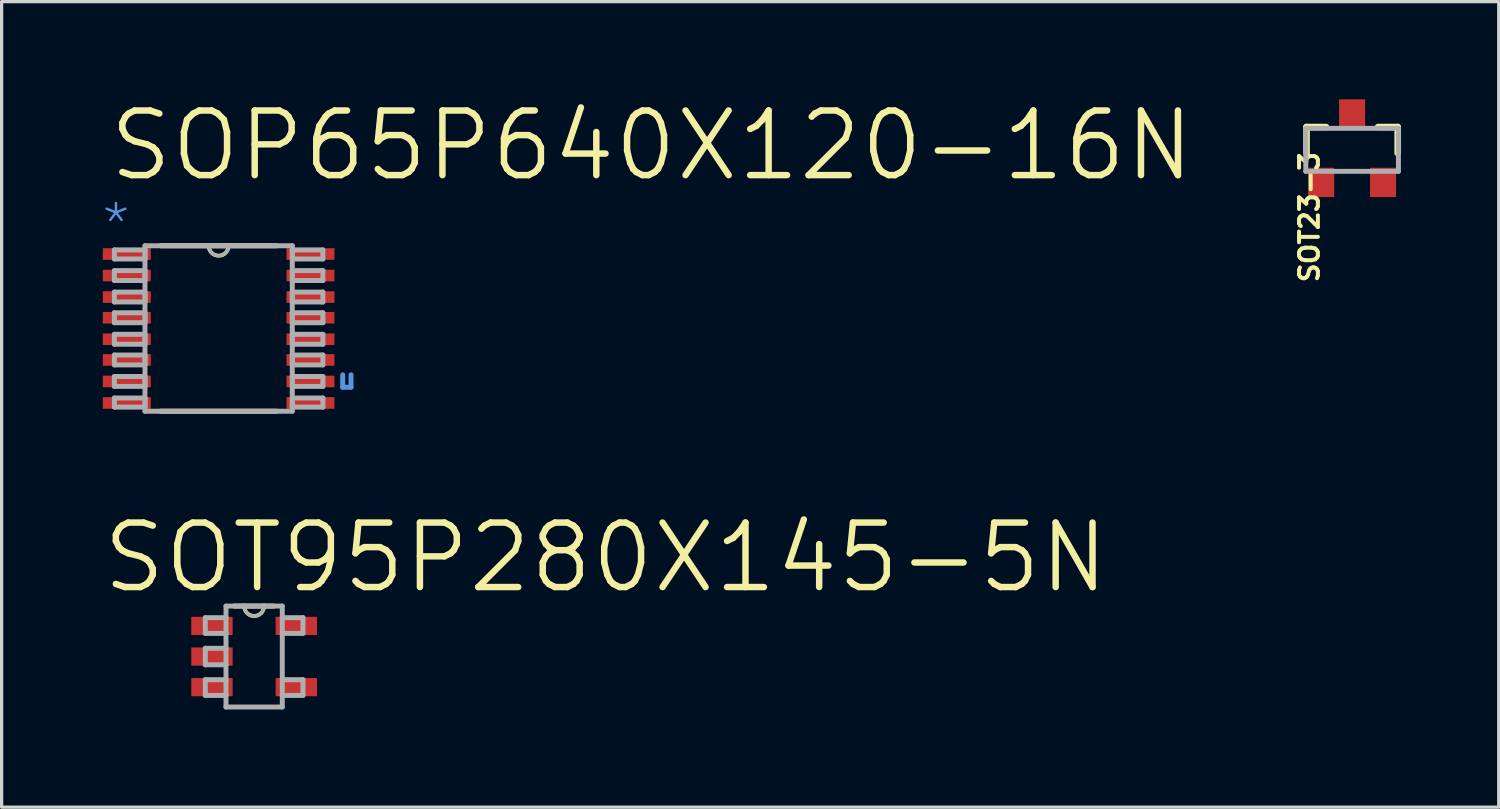
<source format=kicad_pcb>
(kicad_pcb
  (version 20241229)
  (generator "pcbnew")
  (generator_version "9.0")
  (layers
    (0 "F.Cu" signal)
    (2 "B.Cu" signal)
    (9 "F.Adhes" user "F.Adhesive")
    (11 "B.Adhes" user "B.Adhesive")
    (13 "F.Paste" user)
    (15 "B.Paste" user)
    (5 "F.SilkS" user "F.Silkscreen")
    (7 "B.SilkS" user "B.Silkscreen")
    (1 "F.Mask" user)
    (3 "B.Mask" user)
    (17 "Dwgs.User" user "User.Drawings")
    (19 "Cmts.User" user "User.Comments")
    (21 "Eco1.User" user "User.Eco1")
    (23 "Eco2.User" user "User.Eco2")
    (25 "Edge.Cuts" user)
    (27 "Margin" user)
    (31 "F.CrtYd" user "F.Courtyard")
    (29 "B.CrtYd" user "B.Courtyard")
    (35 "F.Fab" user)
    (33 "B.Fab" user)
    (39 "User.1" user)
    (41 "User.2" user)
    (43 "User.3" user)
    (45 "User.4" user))
  (footprint "SOT95P280X145-5N"
    (layer "F.Cu")
    (at 4.752 17.106)
    (property "Reference" "SOT95P280X145-5N" (at -4.752 -1.881 0) (layer "F.SilkS") (effects (font (size 1.98 1.98) (thickness 0.198)) (justify left bottom)))
    (attr through_hole)
    (fp_line (start -0.305 -1.549) (end -0.61 -1.549) (stroke (width 0.152) (type solid)) (layer "F.SilkS"))
    (fp_line (start 0.305 -1.549) (end -0.305 -1.549) (stroke (width 0.152) (type solid)) (layer "F.SilkS"))
    (fp_line (start 0.61 -1.549) (end 0.305 -1.549) (stroke (width 0.152) (type solid)) (layer "F.SilkS"))
    (fp_arc (start 0.3048 -1.5494) (mid 0 -1.2446) (end -0.3048 -1.5494) (stroke (width 0.12) (type solid)) (layer "F.SilkS"))
    (fp_line (start -1.499 -1.194) (end -1.499 -0.711) (stroke (width 0.152) (type solid)) (layer "F.Fab"))
    (fp_line (start -1.499 -0.711) (end -0.864 -0.711) (stroke (width 0.152) (type solid)) (layer "F.Fab"))
    (fp_line (start -1.499 -0.254) (end -1.499 0.254) (stroke (width 0.152) (type solid)) (layer "F.Fab"))
    (fp_line (start -1.499 0.254) (end -0.864 0.254) (stroke (width 0.152) (type solid)) (layer "F.Fab"))
    (fp_line (start -1.499 0.711) (end -1.499 1.194) (stroke (width 0.152) (type solid)) (layer "F.Fab"))
    (fp_line (start -1.499 1.194) (end -0.864 1.194) (stroke (width 0.152) (type solid)) (layer "F.Fab"))
    (fp_line (start -0.864 -1.549) (end -0.864 -1.194) (stroke (width 0.152) (type solid)) (layer "F.Fab"))
    (fp_line (start -0.864 -1.194) (end -1.499 -1.194) (stroke (width 0.152) (type solid)) (layer "F.Fab"))
    (fp_line (start -0.864 -1.194) (end -0.864 -0.711) (stroke (width 0.152) (type solid)) (layer "F.Fab"))
    (fp_line (start -0.864 -0.711) (end -0.864 -0.254) (stroke (width 0.152) (type solid)) (layer "F.Fab"))
    (fp_line (start -0.864 -0.254) (end -1.499 -0.254) (stroke (width 0.152) (type solid)) (layer "F.Fab"))
    (fp_line (start -0.864 -0.254) (end -0.864 0.254) (stroke (width 0.152) (type solid)) (layer "F.Fab"))
    (fp_line (start -0.864 0.254) (end -0.864 0.711) (stroke (width 0.152) (type solid)) (layer "F.Fab"))
    (fp_line (start -0.864 0.711) (end -1.499 0.711) (stroke (width 0.152) (type solid)) (layer "F.Fab"))
    (fp_line (start -0.864 1.194) (end -0.864 0.711) (stroke (width 0.152) (type solid)) (layer "F.Fab"))
    (fp_line (start -0.864 1.549) (end -0.864 1.194) (stroke (width 0.152) (type solid)) (layer "F.Fab"))
    (fp_line (start -0.864 1.549) (end 0.864 1.549) (stroke (width 0.152) (type solid)) (layer "F.Fab"))
    (fp_line (start -0.305 -1.549) (end -0.864 -1.549) (stroke (width 0.152) (type solid)) (layer "F.Fab"))
    (fp_line (start 0.305 -1.549) (end -0.305 -1.549) (stroke (width 0.152) (type solid)) (layer "F.Fab"))
    (fp_line (start 0.864 -1.549) (end 0.305 -1.549) (stroke (width 0.152) (type solid)) (layer "F.Fab"))
    (fp_line (start 0.864 -1.549) (end 0.864 -1.194) (stroke (width 0.152) (type solid)) (layer "F.Fab"))
    (fp_line (start 0.864 -1.194) (end 0.864 -0.711) (stroke (width 0.152) (type solid)) (layer "F.Fab"))
    (fp_line (start 0.864 -0.711) (end 1.499 -0.711) (stroke (width 0.152) (type solid)) (layer "F.Fab"))
    (fp_line (start 0.864 0.711) (end 0.864 -0.711) (stroke (width 0.152) (type solid)) (layer "F.Fab"))
    (fp_line (start 0.864 1.194) (end 0.864 0.711) (stroke (width 0.152) (type solid)) (layer "F.Fab"))
    (fp_line (start 0.864 1.194) (end 1.499 1.194) (stroke (width 0.152) (type solid)) (layer "F.Fab"))
    (fp_line (start 0.864 1.549) (end 0.864 1.194) (stroke (width 0.152) (type solid)) (layer "F.Fab"))
    (fp_line (start 1.499 -1.194) (end 0.864 -1.194) (stroke (width 0.152) (type solid)) (layer "F.Fab"))
    (fp_line (start 1.499 -0.711) (end 1.499 -1.194) (stroke (width 0.152) (type solid)) (layer "F.Fab"))
    (fp_line (start 1.499 0.711) (end 0.864 0.711) (stroke (width 0.152) (type solid)) (layer "F.Fab"))
    (fp_line (start 1.499 1.194) (end 1.499 0.711) (stroke (width 0.152) (type solid)) (layer "F.Fab"))
    (fp_arc (start 0.3048 -1.5494) (mid 0 -1.2446) (end -0.3048 -1.5494) (stroke (width 0.1) (type solid)) (layer "F.Fab"))
    (pad "1" smd rect (at -1.295 -0.94) (size 1.27 0.559) (layers "F.Cu" "F.Mask" "F.Paste"))
    (pad "2" smd rect (at -1.295 0) (size 1.27 0.559) (layers "F.Cu" "F.Mask" "F.Paste"))
    (pad "3" smd rect (at -1.295 0.94) (size 1.27 0.559) (layers "F.Cu" "F.Mask" "F.Paste"))
    (pad "4" smd rect (at 1.295 0.94) (size 1.27 0.559) (layers "F.Cu" "F.Mask" "F.Paste"))
    (pad "5" smd rect (at 1.295 -0.94) (size 1.27 0.559) (layers "F.Cu" "F.Mask" "F.Paste")))
  (footprint "SOT23-3"
    (layer "F.Cu")
    (at 38.46 1.55)
    (property "Reference" "SOT23-3" (at -1.651 0 90) (layer "F.SilkS") (effects (font (size 0.579 0.579) (thickness 0.122)) (justify right top)))
    (attr through_hole)
    (fp_line (start -1.4 -0.7) (end -1.4 0.1) (stroke (width 0.203) (type solid)) (layer "F.SilkS"))
    (fp_line (start -0.8 -0.7) (end -1.4 -0.7) (stroke (width 0.203) (type solid)) (layer "F.SilkS"))
    (fp_line (start 0.8 -0.7) (end 1.4 -0.7) (stroke (width 0.203) (type solid)) (layer "F.SilkS"))
    (fp_line (start 1.4 -0.7) (end 1.4 0.1) (stroke (width 0.203) (type solid)) (layer "F.SilkS"))
    (fp_line (start -1.422 -0.66) (end 1.422 -0.66) (stroke (width 0.152) (type solid)) (layer "F.Fab"))
    (fp_line (start -1.422 0.66) (end -1.422 -0.66) (stroke (width 0.152) (type solid)) (layer "F.Fab"))
    (fp_line (start 1.422 -0.66) (end 1.422 0.66) (stroke (width 0.152) (type solid)) (layer "F.Fab"))
    (fp_line (start 1.422 0.66) (end -1.422 0.66) (stroke (width 0.152) (type solid)) (layer "F.Fab"))
    (pad "1" smd rect (at -0.95 1) (size 0.8 0.9) (layers "F.Cu" "F.Mask" "F.Paste"))
    (pad "2" smd rect (at 0.95 1) (size 0.8 0.9) (layers "F.Cu" "F.Mask" "F.Paste"))
    (pad "3" smd rect (at 0 -1.1) (size 0.8 0.9) (layers "F.Cu" "F.Mask" "F.Paste")))
  (footprint "SOP65P640X120-16N"
    (layer "F.Cu")
    (at 3.662 7.035)
    (property "Reference" "SOP65P640X120-16N" (at -3.463 -4.456 0) (layer "F.SilkS") (effects (font (size 1.984 1.984) (thickness 0.198)) (justify left bottom)))
    (attr through_hole)
    (fp_line (start -1.778 2.54) (end 1.778 2.54) (stroke (width 0.152) (type solid)) (layer "F.SilkS"))
    (fp_line (start -0.305 -2.54) (end -1.778 -2.54) (stroke (width 0.152) (type solid)) (layer "F.SilkS"))
    (fp_line (start 0.305 -2.54) (end -0.305 -2.54) (stroke (width 0.152) (type solid)) (layer "F.SilkS"))
    (fp_line (start 1.778 -2.54) (end 0.305 -2.54) (stroke (width 0.152) (type solid)) (layer "F.SilkS"))
    (fp_arc (start 0.3048 -2.54) (mid 0 -2.2352) (end -0.3048 -2.54) (stroke (width 0.12) (type solid)) (layer "F.SilkS"))
    (fp_line (start 3.81 1.803) (end 3.81 1.422) (stroke (width 0.152) (type solid)) (layer "Cmts.User"))
    (fp_line (start 4.064 1.422) (end 4.064 1.803) (stroke (width 0.152) (type solid)) (layer "Cmts.User"))
    (fp_line (start 4.064 1.803) (end 3.81 1.803) (stroke (width 0.152) (type solid)) (layer "Cmts.User"))
    (fp_line (start -3.2 -2.413) (end -3.2 -2.134) (stroke (width 0.152) (type solid)) (layer "F.Fab"))
    (fp_line (start -3.2 -2.134) (end -2.261 -2.134) (stroke (width 0.152) (type solid)) (layer "F.Fab"))
    (fp_line (start -3.2 -1.778) (end -3.2 -1.473) (stroke (width 0.152) (type solid)) (layer "F.Fab"))
    (fp_line (start -3.2 -1.473) (end -2.261 -1.473) (stroke (width 0.152) (type solid)) (layer "F.Fab"))
    (fp_line (start -3.2 -1.118) (end -3.2 -0.813) (stroke (width 0.152) (type solid)) (layer "F.Fab"))
    (fp_line (start -3.2 -0.813) (end -2.261 -0.813) (stroke (width 0.152) (type solid)) (layer "F.Fab"))
    (fp_line (start -3.2 -0.483) (end -3.2 -0.178) (stroke (width 0.152) (type solid)) (layer "F.Fab"))
    (fp_line (start -3.2 -0.178) (end -2.261 -0.178) (stroke (width 0.152) (type solid)) (layer "F.Fab"))
    (fp_line (start -3.2 0.178) (end -3.2 0.483) (stroke (width 0.152) (type solid)) (layer "F.Fab"))
    (fp_line (start -3.2 0.483) (end -2.261 0.483) (stroke (width 0.152) (type solid)) (layer "F.Fab"))
    (fp_line (start -3.2 0.813) (end -3.2 1.118) (stroke (width 0.152) (type solid)) (layer "F.Fab"))
    (fp_line (start -3.2 1.118) (end -2.261 1.118) (stroke (width 0.152) (type solid)) (layer "F.Fab"))
    (fp_line (start -3.2 1.473) (end -3.2 1.778) (stroke (width 0.152) (type solid)) (layer "F.Fab"))
    (fp_line (start -3.2 1.778) (end -2.261 1.778) (stroke (width 0.152) (type solid)) (layer "F.Fab"))
    (fp_line (start -3.2 2.134) (end -3.2 2.413) (stroke (width 0.152) (type solid)) (layer "F.Fab"))
    (fp_line (start -3.2 2.413) (end -2.261 2.413) (stroke (width 0.152) (type solid)) (layer "F.Fab"))
    (fp_line (start -2.261 -2.54) (end -2.261 2.54) (stroke (width 0.152) (type solid)) (layer "F.Fab"))
    (fp_line (start -2.261 -2.413) (end -3.2 -2.413) (stroke (width 0.152) (type solid)) (layer "F.Fab"))
    (fp_line (start -2.261 -2.134) (end -2.261 -2.413) (stroke (width 0.152) (type solid)) (layer "F.Fab"))
    (fp_line (start -2.261 -1.778) (end -3.2 -1.778) (stroke (width 0.152) (type solid)) (layer "F.Fab"))
    (fp_line (start -2.261 -1.473) (end -2.261 -1.778) (stroke (width 0.152) (type solid)) (layer "F.Fab"))
    (fp_line (start -2.261 -1.118) (end -3.2 -1.118) (stroke (width 0.152) (type solid)) (layer "F.Fab"))
    (fp_line (start -2.261 -0.813) (end -2.261 -1.118) (stroke (width 0.152) (type solid)) (layer "F.Fab"))
    (fp_line (start -2.261 -0.483) (end -3.2 -0.483) (stroke (width 0.152) (type solid)) (layer "F.Fab"))
    (fp_line (start -2.261 -0.178) (end -2.261 -0.483) (stroke (width 0.152) (type solid)) (layer "F.Fab"))
    (fp_line (start -2.261 0.178) (end -3.2 0.178) (stroke (width 0.152) (type solid)) (layer "F.Fab"))
    (fp_line (start -2.261 0.483) (end -2.261 0.178) (stroke (width 0.152) (type solid)) (layer "F.Fab"))
    (fp_line (start -2.261 0.813) (end -3.2 0.813) (stroke (width 0.152) (type solid)) (layer "F.Fab"))
    (fp_line (start -2.261 1.118) (end -2.261 0.813) (stroke (width 0.152) (type solid)) (layer "F.Fab"))
    (fp_line (start -2.261 1.473) (end -3.2 1.473) (stroke (width 0.152) (type solid)) (layer "F.Fab"))
    (fp_line (start -2.261 1.778) (end -2.261 1.473) (stroke (width 0.152) (type solid)) (layer "F.Fab"))
    (fp_line (start -2.261 2.134) (end -3.2 2.134) (stroke (width 0.152) (type solid)) (layer "F.Fab"))
    (fp_line (start -2.261 2.413) (end -2.261 2.134) (stroke (width 0.152) (type solid)) (layer "F.Fab"))
    (fp_line (start -2.261 2.54) (end 2.261 2.54) (stroke (width 0.152) (type solid)) (layer "F.Fab"))
    (fp_line (start -0.305 -2.54) (end -2.261 -2.54) (stroke (width 0.152) (type solid)) (layer "F.Fab"))
    (fp_line (start 0.305 -2.54) (end -0.305 -2.54) (stroke (width 0.152) (type solid)) (layer "F.Fab"))
    (fp_line (start 2.261 -2.54) (end 0.305 -2.54) (stroke (width 0.152) (type solid)) (layer "F.Fab"))
    (fp_line (start 2.261 -2.413) (end 2.261 -2.134) (stroke (width 0.152) (type solid)) (layer "F.Fab"))
    (fp_line (start 2.261 -2.134) (end 3.2 -2.134) (stroke (width 0.152) (type solid)) (layer "F.Fab"))
    (fp_line (start 2.261 -1.778) (end 2.261 -1.473) (stroke (width 0.152) (type solid)) (layer "F.Fab"))
    (fp_line (start 2.261 -1.473) (end 3.2 -1.473) (stroke (width 0.152) (type solid)) (layer "F.Fab"))
    (fp_line (start 2.261 -1.118) (end 2.261 -0.813) (stroke (width 0.152) (type solid)) (layer "F.Fab"))
    (fp_line (start 2.261 -0.813) (end 3.2 -0.813) (stroke (width 0.152) (type solid)) (layer "F.Fab"))
    (fp_line (start 2.261 -0.483) (end 2.261 -0.178) (stroke (width 0.152) (type solid)) (layer "F.Fab"))
    (fp_line (start 2.261 -0.178) (end 3.2 -0.178) (stroke (width 0.152) (type solid)) (layer "F.Fab"))
    (fp_line (start 2.261 0.178) (end 2.261 0.483) (stroke (width 0.152) (type solid)) (layer "F.Fab"))
    (fp_line (start 2.261 0.483) (end 3.2 0.483) (stroke (width 0.152) (type solid)) (layer "F.Fab"))
    (fp_line (start 2.261 0.813) (end 2.261 1.118) (stroke (width 0.152) (type solid)) (layer "F.Fab"))
    (fp_line (start 2.261 1.118) (end 3.2 1.118) (stroke (width 0.152) (type solid)) (layer "F.Fab"))
    (fp_line (start 2.261 1.473) (end 2.261 1.778) (stroke (width 0.152) (type solid)) (layer "F.Fab"))
    (fp_line (start 2.261 1.778) (end 3.2 1.778) (stroke (width 0.152) (type solid)) (layer "F.Fab"))
    (fp_line (start 2.261 2.134) (end 2.261 2.413) (stroke (width 0.152) (type solid)) (layer "F.Fab"))
    (fp_line (start 2.261 2.413) (end 3.2 2.413) (stroke (width 0.152) (type solid)) (layer "F.Fab"))
    (fp_line (start 2.261 2.54) (end 2.261 -2.54) (stroke (width 0.152) (type solid)) (layer "F.Fab"))
    (fp_line (start 3.2 -2.413) (end 2.261 -2.413) (stroke (width 0.152) (type solid)) (layer "F.Fab"))
    (fp_line (start 3.2 -2.134) (end 3.2 -2.413) (stroke (width 0.152) (type solid)) (layer "F.Fab"))
    (fp_line (start 3.2 -1.778) (end 2.261 -1.778) (stroke (width 0.152) (type solid)) (layer "F.Fab"))
    (fp_line (start 3.2 -1.473) (end 3.2 -1.778) (stroke (width 0.152) (type solid)) (layer "F.Fab"))
    (fp_line (start 3.2 -1.118) (end 2.261 -1.118) (stroke (width 0.152) (type solid)) (layer "F.Fab"))
    (fp_line (start 3.2 -0.813) (end 3.2 -1.118) (stroke (width 0.152) (type solid)) (layer "F.Fab"))
    (fp_line (start 3.2 -0.483) (end 2.261 -0.483) (stroke (width 0.152) (type solid)) (layer "F.Fab"))
    (fp_line (start 3.2 -0.178) (end 3.2 -0.483) (stroke (width 0.152) (type solid)) (layer "F.Fab"))
    (fp_line (start 3.2 0.178) (end 2.261 0.178) (stroke (width 0.152) (type solid)) (layer "F.Fab"))
    (fp_line (start 3.2 0.483) (end 3.2 0.178) (stroke (width 0.152) (type solid)) (layer "F.Fab"))
    (fp_line (start 3.2 0.813) (end 2.261 0.813) (stroke (width 0.152) (type solid)) (layer "F.Fab"))
    (fp_line (start 3.2 1.118) (end 3.2 0.813) (stroke (width 0.152) (type solid)) (layer "F.Fab"))
    (fp_line (start 3.2 1.473) (end 2.261 1.473) (stroke (width 0.152) (type solid)) (layer "F.Fab"))
    (fp_line (start 3.2 1.778) (end 3.2 1.473) (stroke (width 0.152) (type solid)) (layer "F.Fab"))
    (fp_line (start 3.2 2.134) (end 2.261 2.134) (stroke (width 0.152) (type solid)) (layer "F.Fab"))
    (fp_line (start 3.2 2.413) (end 3.2 2.134) (stroke (width 0.152) (type solid)) (layer "F.Fab"))
    (fp_arc (start 0.3048 -2.54) (mid 0 -2.2352) (end -0.3048 -2.54) (stroke (width 0.1) (type solid)) (layer "F.Fab"))
    (fp_text user "*" (at -3.662 -2.492 0) (layer "Cmts.User") (effects (font (size 1.208 1.208) (thickness 0.076)) (justify left bottom)))
    (pad "1" smd rect (at -2.819 -2.286) (size 1.473 0.356) (layers "F.Cu" "F.Mask" "F.Paste"))
    (pad "2" smd rect (at -2.819 -1.626) (size 1.473 0.356) (layers "F.Cu" "F.Mask" "F.Paste"))
    (pad "3" smd rect (at -2.819 -0.965) (size 1.473 0.356) (layers "F.Cu" "F.Mask" "F.Paste"))
    (pad "4" smd rect (at -2.819 -0.33) (size 1.473 0.356) (layers "F.Cu" "F.Mask" "F.Paste"))
    (pad "5" smd rect (at -2.819 0.33) (size 1.473 0.356) (layers "F.Cu" "F.Mask" "F.Paste"))
    (pad "6" smd rect (at -2.819 0.965) (size 1.473 0.356) (layers "F.Cu" "F.Mask" "F.Paste"))
    (pad "7" smd rect (at -2.819 1.626) (size 1.473 0.356) (layers "F.Cu" "F.Mask" "F.Paste"))
    (pad "8" smd rect (at -2.819 2.286) (size 1.473 0.356) (layers "F.Cu" "F.Mask" "F.Paste"))
    (pad "9" smd rect (at 2.819 2.286) (size 1.473 0.356) (layers "F.Cu" "F.Mask" "F.Paste"))
    (pad "10" smd rect (at 2.819 1.626) (size 1.473 0.356) (layers "F.Cu" "F.Mask" "F.Paste"))
    (pad "11" smd rect (at 2.819 0.965) (size 1.473 0.356) (layers "F.Cu" "F.Mask" "F.Paste"))
    (pad "12" smd rect (at 2.819 0.33) (size 1.473 0.356) (layers "F.Cu" "F.Mask" "F.Paste"))
    (pad "13" smd rect (at 2.819 -0.33) (size 1.473 0.356) (layers "F.Cu" "F.Mask" "F.Paste"))
    (pad "14" smd rect (at 2.819 -0.965) (size 1.473 0.356) (layers "F.Cu" "F.Mask" "F.Paste"))
    (pad "15" smd rect (at 2.819 -1.626) (size 1.473 0.356) (layers "F.Cu" "F.Mask" "F.Paste"))
    (pad "16" smd rect (at 2.819 -2.286) (size 1.473 0.356) (layers "F.Cu" "F.Mask" "F.Paste")))
  (gr_rect
    (start -3 -3)
    (end 42.961 21.731)
    (stroke (width 0.1) (type default))
    (fill no)
    (layer "Edge.Cuts")))
</source>
